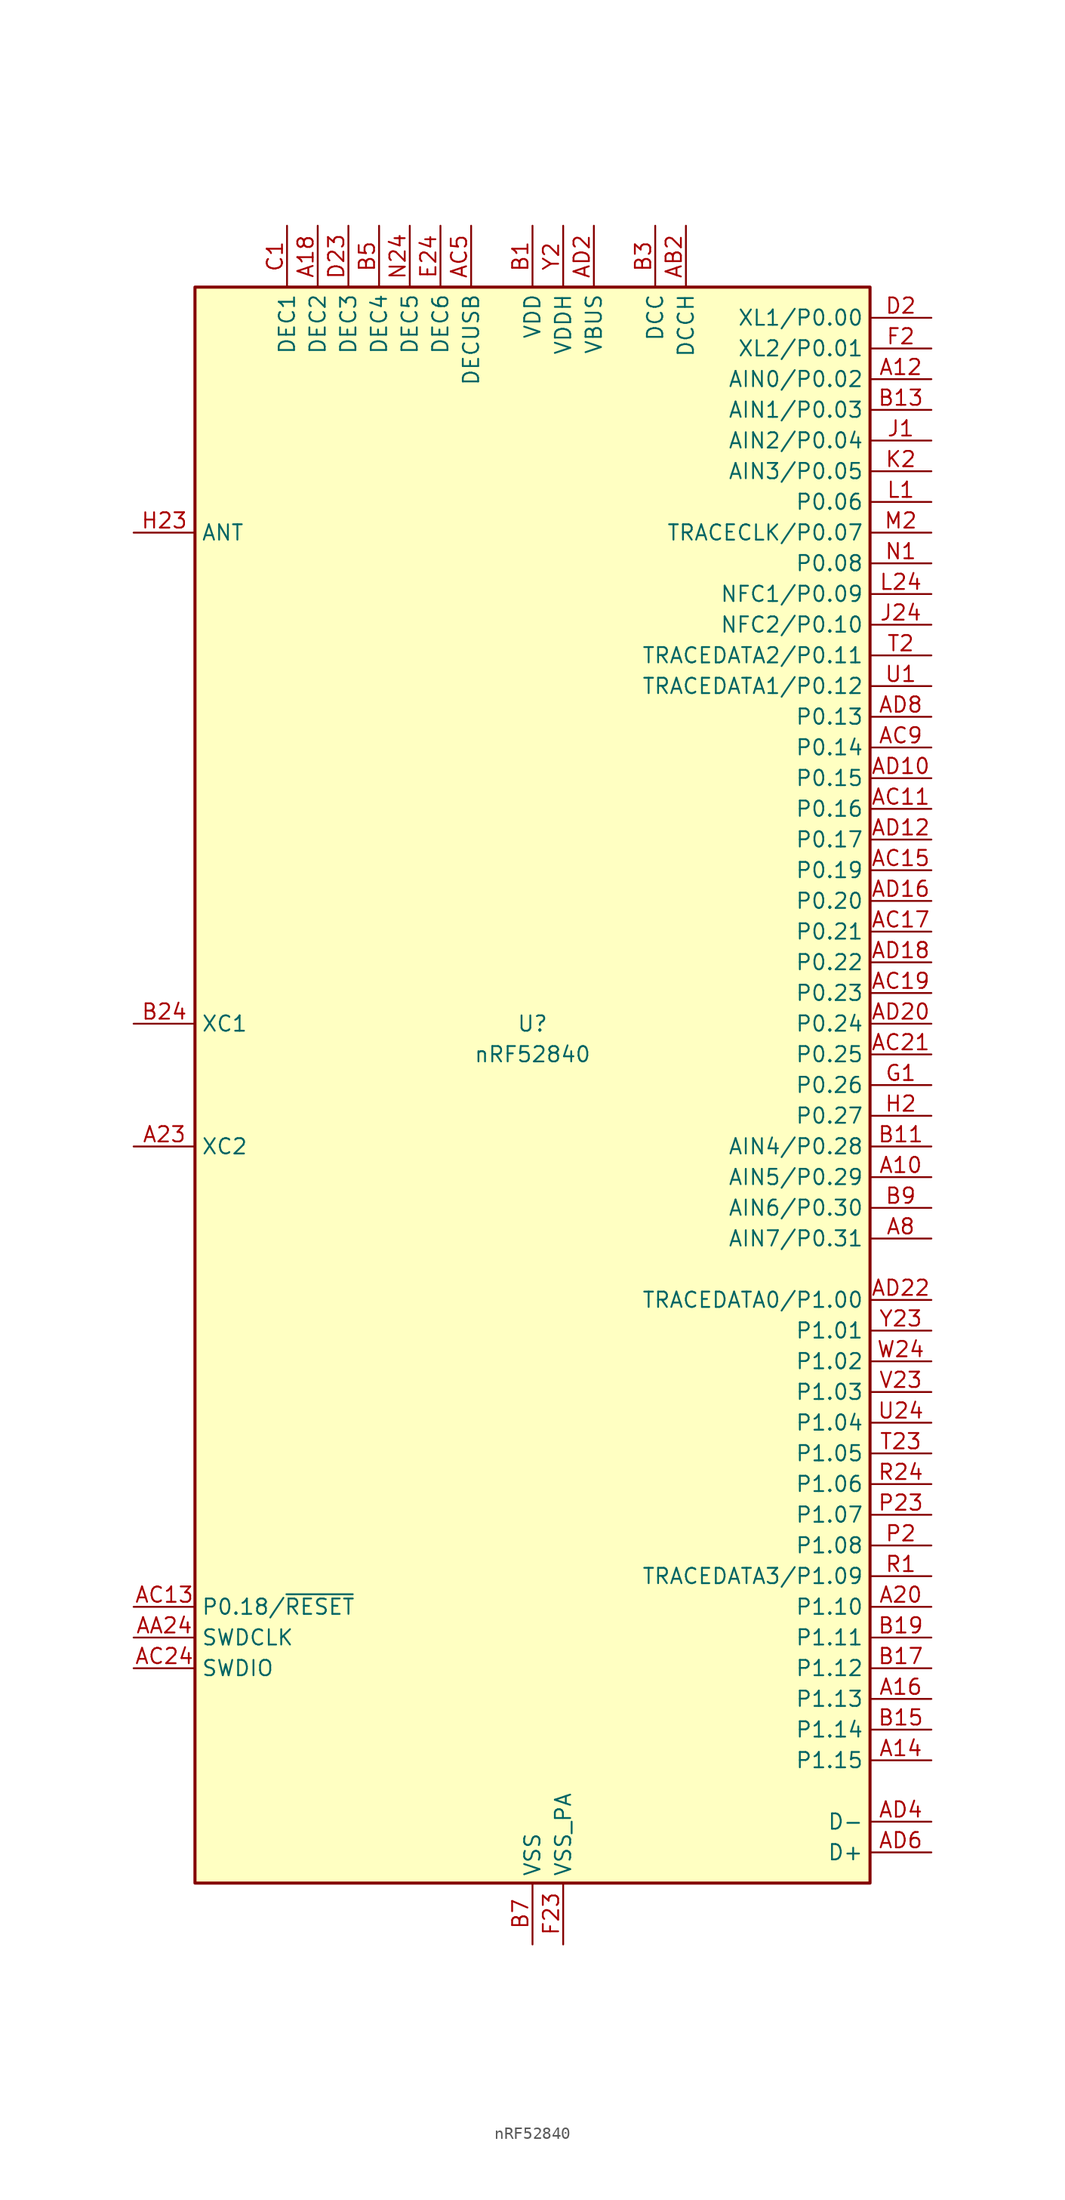
<source format=kicad_sym>
(kicad_symbol_lib
  (version 20201005)
  (generator kicad_symbol_editor)
  (symbol "MCU_Nordic:nRF52840"
    (property "Reference" "U"
      (at 0 5.08 0)
      (effects (font (size 1.27 1.27))))
    (property "Value" "nRF52840"
      (at 0 2.54 0)
      (effects (font (size 1.27 1.27))))
    (symbol "nRF52840_0_1"
      (rectangle (start -27.94 66.04) (end 27.94 -66.04) (stroke (width 0.254)) (fill (type background))))
    (symbol "nRF52840_1_1"
      (pin bidirectional line (at 33.02 -7.62 180) (length 5.08) (name "AIN5/P0.29" (effects (font (size 1.27 1.27)))) (number "A10" (effects (font (size 1.27 1.27)))))
      (pin bidirectional line (at 33.02 58.42 180) (length 5.08) (name "AIN0/P0.02" (effects (font (size 1.27 1.27)))) (number "A12" (effects (font (size 1.27 1.27)))))
      (pin bidirectional line (at 33.02 -55.88 180) (length 5.08) (name "P1.15" (effects (font (size 1.27 1.27)))) (number "A14" (effects (font (size 1.27 1.27)))))
      (pin bidirectional line (at 33.02 -50.8 180) (length 5.08) (name "P1.13" (effects (font (size 1.27 1.27)))) (number "A16" (effects (font (size 1.27 1.27)))))
      (pin passive line (at -17.78 71.12 270) (length 5.08) (name "DEC2" (effects (font (size 1.27 1.27)))) (number "A18" (effects (font (size 1.27 1.27)))))
      (pin bidirectional line (at 33.02 -43.18 180) (length 5.08) (name "P1.10" (effects (font (size 1.27 1.27)))) (number "A20" (effects (font (size 1.27 1.27)))))
      (pin passive line (at 0 71.12 270) (length 5.08) hide (name "VDD" (effects (font (size 1.27 1.27)))) (number "A22" (effects (font (size 1.27 1.27)))))
      (pin input line (at -33.02 -5.08 0) (length 5.08) (name "XC2" (effects (font (size 1.27 1.27)))) (number "A23" (effects (font (size 1.27 1.27)))))
      (pin bidirectional line (at 33.02 -12.7 180) (length 5.08) (name "AIN7/P0.31" (effects (font (size 1.27 1.27)))) (number "A8" (effects (font (size 1.27 1.27)))))
      (pin input line (at -33.02 -45.72 0) (length 5.08) (name "SWDCLK" (effects (font (size 1.27 1.27)))) (number "AA24" (effects (font (size 1.27 1.27)))))
      (pin power_out line (at 12.7 71.12 270) (length 5.08) (name "DCCH" (effects (font (size 1.27 1.27)))) (number "AB2" (effects (font (size 1.27 1.27)))))
      (pin bidirectional line (at 33.02 22.86 180) (length 5.08) (name "P0.16" (effects (font (size 1.27 1.27)))) (number "AC11" (effects (font (size 1.27 1.27)))))
      (pin bidirectional line (at -33.02 -43.18 0) (length 5.08) (name "P0.18/~RESET" (effects (font (size 1.27 1.27)))) (number "AC13" (effects (font (size 1.27 1.27)))))
      (pin bidirectional line (at 33.02 17.78 180) (length 5.08) (name "P0.19" (effects (font (size 1.27 1.27)))) (number "AC15" (effects (font (size 1.27 1.27)))))
      (pin bidirectional line (at 33.02 12.7 180) (length 5.08) (name "P0.21" (effects (font (size 1.27 1.27)))) (number "AC17" (effects (font (size 1.27 1.27)))))
      (pin bidirectional line (at 33.02 7.62 180) (length 5.08) (name "P0.23" (effects (font (size 1.27 1.27)))) (number "AC19" (effects (font (size 1.27 1.27)))))
      (pin bidirectional line (at 33.02 2.54 180) (length 5.08) (name "P0.25" (effects (font (size 1.27 1.27)))) (number "AC21" (effects (font (size 1.27 1.27)))))
      (pin bidirectional line (at -33.02 -48.26 0) (length 5.08) (name "SWDIO" (effects (font (size 1.27 1.27)))) (number "AC24" (effects (font (size 1.27 1.27)))))
      (pin passive line (at -5.08 71.12 270) (length 5.08) (name "DECUSB" (effects (font (size 1.27 1.27)))) (number "AC5" (effects (font (size 1.27 1.27)))))
      (pin bidirectional line (at 33.02 27.94 180) (length 5.08) (name "P0.14" (effects (font (size 1.27 1.27)))) (number "AC9" (effects (font (size 1.27 1.27)))))
      (pin bidirectional line (at 33.02 25.4 180) (length 5.08) (name "P0.15" (effects (font (size 1.27 1.27)))) (number "AD10" (effects (font (size 1.27 1.27)))))
      (pin bidirectional line (at 33.02 20.32 180) (length 5.08) (name "P0.17" (effects (font (size 1.27 1.27)))) (number "AD12" (effects (font (size 1.27 1.27)))))
      (pin passive line (at 0 71.12 270) (length 5.08) hide (name "VDD" (effects (font (size 1.27 1.27)))) (number "AD14" (effects (font (size 1.27 1.27)))))
      (pin bidirectional line (at 33.02 15.24 180) (length 5.08) (name "P0.20" (effects (font (size 1.27 1.27)))) (number "AD16" (effects (font (size 1.27 1.27)))))
      (pin bidirectional line (at 33.02 10.16 180) (length 5.08) (name "P0.22" (effects (font (size 1.27 1.27)))) (number "AD18" (effects (font (size 1.27 1.27)))))
      (pin power_in line (at 5.08 71.12 270) (length 5.08) (name "VBUS" (effects (font (size 1.27 1.27)))) (number "AD2" (effects (font (size 1.27 1.27)))))
      (pin bidirectional line (at 33.02 5.08 180) (length 5.08) (name "P0.24" (effects (font (size 1.27 1.27)))) (number "AD20" (effects (font (size 1.27 1.27)))))
      (pin bidirectional line (at 33.02 -17.78 180) (length 5.08) (name "TRACEDATA0/P1.00" (effects (font (size 1.27 1.27)))) (number "AD22" (effects (font (size 1.27 1.27)))))
      (pin passive line (at 0 71.12 270) (length 5.08) hide (name "VDD" (effects (font (size 1.27 1.27)))) (number "AD23" (effects (font (size 1.27 1.27)))))
      (pin bidirectional line (at 33.02 -60.96 180) (length 5.08) (name "D-" (effects (font (size 1.27 1.27)))) (number "AD4" (effects (font (size 1.27 1.27)))))
      (pin bidirectional line (at 33.02 -63.5 180) (length 5.08) (name "D+" (effects (font (size 1.27 1.27)))) (number "AD6" (effects (font (size 1.27 1.27)))))
      (pin bidirectional line (at 33.02 30.48 180) (length 5.08) (name "P0.13" (effects (font (size 1.27 1.27)))) (number "AD8" (effects (font (size 1.27 1.27)))))
      (pin power_in line (at 0 71.12 270) (length 5.08) (name "VDD" (effects (font (size 1.27 1.27)))) (number "B1" (effects (font (size 1.27 1.27)))))
      (pin bidirectional line (at 33.02 -5.08 180) (length 5.08) (name "AIN4/P0.28" (effects (font (size 1.27 1.27)))) (number "B11" (effects (font (size 1.27 1.27)))))
      (pin bidirectional line (at 33.02 55.88 180) (length 5.08) (name "AIN1/P0.03" (effects (font (size 1.27 1.27)))) (number "B13" (effects (font (size 1.27 1.27)))))
      (pin bidirectional line (at 33.02 -53.34 180) (length 5.08) (name "P1.14" (effects (font (size 1.27 1.27)))) (number "B15" (effects (font (size 1.27 1.27)))))
      (pin bidirectional line (at 33.02 -48.26 180) (length 5.08) (name "P1.12" (effects (font (size 1.27 1.27)))) (number "B17" (effects (font (size 1.27 1.27)))))
      (pin bidirectional line (at 33.02 -45.72 180) (length 5.08) (name "P1.11" (effects (font (size 1.27 1.27)))) (number "B19" (effects (font (size 1.27 1.27)))))
      (pin input line (at -33.02 5.08 0) (length 5.08) (name "XC1" (effects (font (size 1.27 1.27)))) (number "B24" (effects (font (size 1.27 1.27)))))
      (pin power_out line (at 10.16 71.12 270) (length 5.08) (name "DCC" (effects (font (size 1.27 1.27)))) (number "B3" (effects (font (size 1.27 1.27)))))
      (pin passive line (at -12.7 71.12 270) (length 5.08) (name "DEC4" (effects (font (size 1.27 1.27)))) (number "B5" (effects (font (size 1.27 1.27)))))
      (pin power_in line (at 0 -71.12 90) (length 5.08) (name "VSS" (effects (font (size 1.27 1.27)))) (number "B7" (effects (font (size 1.27 1.27)))))
      (pin bidirectional line (at 33.02 -10.16 180) (length 5.08) (name "AIN6/P0.30" (effects (font (size 1.27 1.27)))) (number "B9" (effects (font (size 1.27 1.27)))))
      (pin passive line (at -20.32 71.12 270) (length 5.08) (name "DEC1" (effects (font (size 1.27 1.27)))) (number "C1" (effects (font (size 1.27 1.27)))))
      (pin bidirectional line (at 33.02 63.5 180) (length 5.08) (name "XL1/P0.00" (effects (font (size 1.27 1.27)))) (number "D2" (effects (font (size 1.27 1.27)))))
      (pin passive line (at -15.24 71.12 270) (length 5.08) (name "DEC3" (effects (font (size 1.27 1.27)))) (number "D23" (effects (font (size 1.27 1.27)))))
      (pin passive line (at -7.62 71.12 270) (length 5.08) (name "DEC6" (effects (font (size 1.27 1.27)))) (number "E24" (effects (font (size 1.27 1.27)))))
      (pin passive line (at 0 -71.12 90) (length 5.08) hide (name "VSS" (effects (font (size 1.27 1.27)))) (number "EP" (effects (font (size 1.27 1.27)))))
      (pin bidirectional line (at 33.02 60.96 180) (length 5.08) (name "XL2/P0.01" (effects (font (size 1.27 1.27)))) (number "F2" (effects (font (size 1.27 1.27)))))
      (pin power_in line (at 2.54 -71.12 90) (length 5.08) (name "VSS_PA" (effects (font (size 1.27 1.27)))) (number "F23" (effects (font (size 1.27 1.27)))))
      (pin bidirectional line (at 33.02 0 180) (length 5.08) (name "P0.26" (effects (font (size 1.27 1.27)))) (number "G1" (effects (font (size 1.27 1.27)))))
      (pin bidirectional line (at 33.02 -2.54 180) (length 5.08) (name "P0.27" (effects (font (size 1.27 1.27)))) (number "H2" (effects (font (size 1.27 1.27)))))
      (pin passive line (at -33.02 45.72 0) (length 5.08) (name "ANT" (effects (font (size 1.27 1.27)))) (number "H23" (effects (font (size 1.27 1.27)))))
      (pin bidirectional line (at 33.02 53.34 180) (length 5.08) (name "AIN2/P0.04" (effects (font (size 1.27 1.27)))) (number "J1" (effects (font (size 1.27 1.27)))))
      (pin bidirectional line (at 33.02 38.1 180) (length 5.08) (name "NFC2/P0.10" (effects (font (size 1.27 1.27)))) (number "J24" (effects (font (size 1.27 1.27)))))
      (pin bidirectional line (at 33.02 50.8 180) (length 5.08) (name "AIN3/P0.05" (effects (font (size 1.27 1.27)))) (number "K2" (effects (font (size 1.27 1.27)))))
      (pin bidirectional line (at 33.02 48.26 180) (length 5.08) (name "P0.06" (effects (font (size 1.27 1.27)))) (number "L1" (effects (font (size 1.27 1.27)))))
      (pin bidirectional line (at 33.02 40.64 180) (length 5.08) (name "NFC1/P0.09" (effects (font (size 1.27 1.27)))) (number "L24" (effects (font (size 1.27 1.27)))))
      (pin bidirectional line (at 33.02 45.72 180) (length 5.08) (name "TRACECLK/P0.07" (effects (font (size 1.27 1.27)))) (number "M2" (effects (font (size 1.27 1.27)))))
      (pin bidirectional line (at 33.02 43.18 180) (length 5.08) (name "P0.08" (effects (font (size 1.27 1.27)))) (number "N1" (effects (font (size 1.27 1.27)))))
      (pin passive line (at -10.16 71.12 270) (length 5.08) (name "DEC5" (effects (font (size 1.27 1.27)))) (number "N24" (effects (font (size 1.27 1.27)))))
      (pin bidirectional line (at 33.02 -38.1 180) (length 5.08) (name "P1.08" (effects (font (size 1.27 1.27)))) (number "P2" (effects (font (size 1.27 1.27)))))
      (pin bidirectional line (at 33.02 -35.56 180) (length 5.08) (name "P1.07" (effects (font (size 1.27 1.27)))) (number "P23" (effects (font (size 1.27 1.27)))))
      (pin bidirectional line (at 33.02 -40.64 180) (length 5.08) (name "TRACEDATA3/P1.09" (effects (font (size 1.27 1.27)))) (number "R1" (effects (font (size 1.27 1.27)))))
      (pin bidirectional line (at 33.02 -33.02 180) (length 5.08) (name "P1.06" (effects (font (size 1.27 1.27)))) (number "R24" (effects (font (size 1.27 1.27)))))
      (pin bidirectional line (at 33.02 35.56 180) (length 5.08) (name "TRACEDATA2/P0.11" (effects (font (size 1.27 1.27)))) (number "T2" (effects (font (size 1.27 1.27)))))
      (pin bidirectional line (at 33.02 -30.48 180) (length 5.08) (name "P1.05" (effects (font (size 1.27 1.27)))) (number "T23" (effects (font (size 1.27 1.27)))))
      (pin bidirectional line (at 33.02 33.02 180) (length 5.08) (name "TRACEDATA1/P0.12" (effects (font (size 1.27 1.27)))) (number "U1" (effects (font (size 1.27 1.27)))))
      (pin bidirectional line (at 33.02 -27.94 180) (length 5.08) (name "P1.04" (effects (font (size 1.27 1.27)))) (number "U24" (effects (font (size 1.27 1.27)))))
      (pin bidirectional line (at 33.02 -25.4 180) (length 5.08) (name "P1.03" (effects (font (size 1.27 1.27)))) (number "V23" (effects (font (size 1.27 1.27)))))
      (pin passive line (at 0 71.12 270) (length 5.08) hide (name "VDD" (effects (font (size 1.27 1.27)))) (number "W1" (effects (font (size 1.27 1.27)))))
      (pin bidirectional line (at 33.02 -22.86 180) (length 5.08) (name "P1.02" (effects (font (size 1.27 1.27)))) (number "W24" (effects (font (size 1.27 1.27)))))
      (pin power_in line (at 2.54 71.12 270) (length 5.08) (name "VDDH" (effects (font (size 1.27 1.27)))) (number "Y2" (effects (font (size 1.27 1.27)))))
      (pin bidirectional line (at 33.02 -20.32 180) (length 5.08) (name "P1.01" (effects (font (size 1.27 1.27)))) (number "Y23" (effects (font (size 1.27 1.27))))))))
</source>
